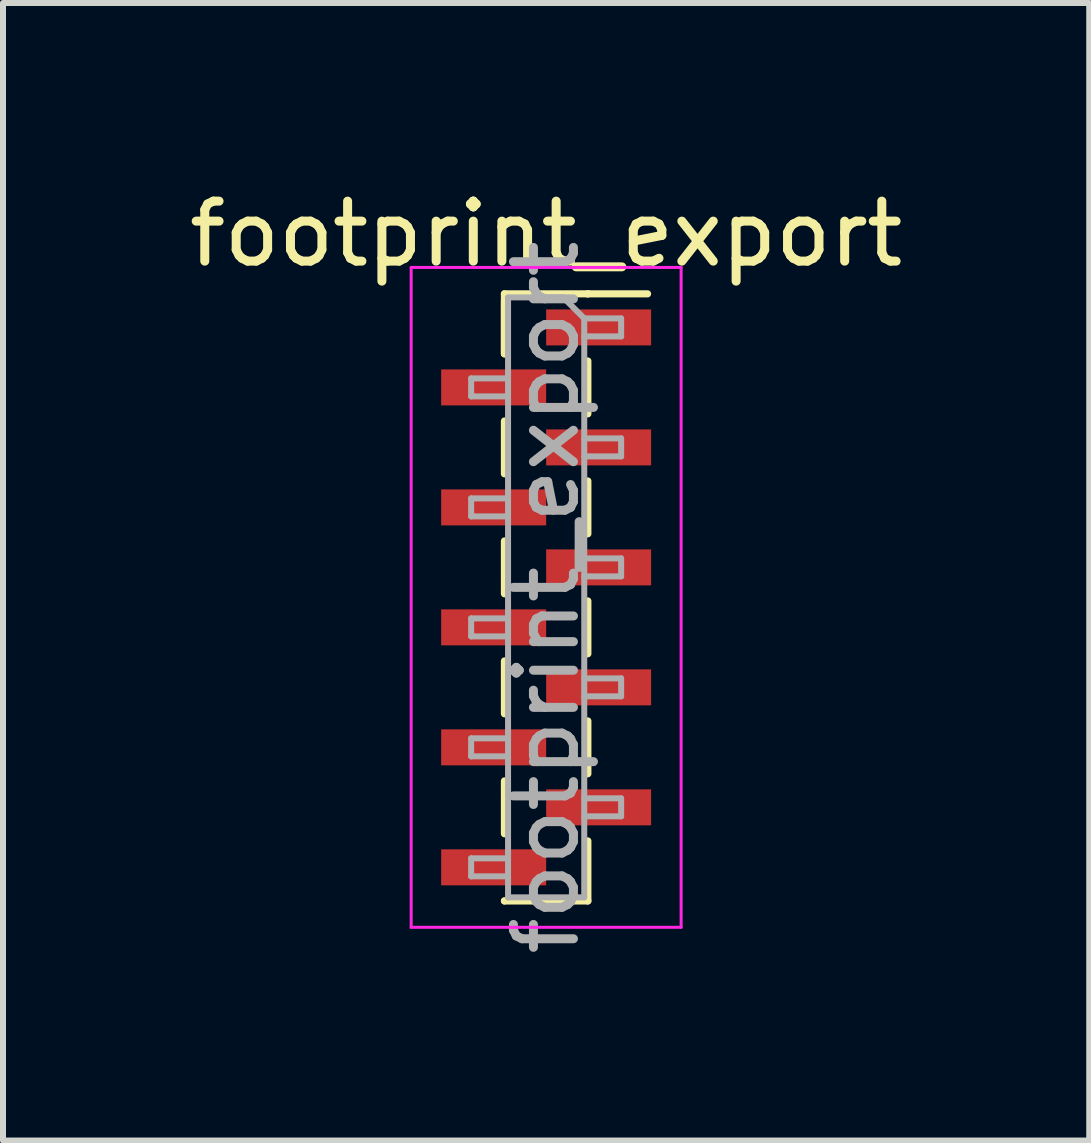
<source format=kicad_pcb>
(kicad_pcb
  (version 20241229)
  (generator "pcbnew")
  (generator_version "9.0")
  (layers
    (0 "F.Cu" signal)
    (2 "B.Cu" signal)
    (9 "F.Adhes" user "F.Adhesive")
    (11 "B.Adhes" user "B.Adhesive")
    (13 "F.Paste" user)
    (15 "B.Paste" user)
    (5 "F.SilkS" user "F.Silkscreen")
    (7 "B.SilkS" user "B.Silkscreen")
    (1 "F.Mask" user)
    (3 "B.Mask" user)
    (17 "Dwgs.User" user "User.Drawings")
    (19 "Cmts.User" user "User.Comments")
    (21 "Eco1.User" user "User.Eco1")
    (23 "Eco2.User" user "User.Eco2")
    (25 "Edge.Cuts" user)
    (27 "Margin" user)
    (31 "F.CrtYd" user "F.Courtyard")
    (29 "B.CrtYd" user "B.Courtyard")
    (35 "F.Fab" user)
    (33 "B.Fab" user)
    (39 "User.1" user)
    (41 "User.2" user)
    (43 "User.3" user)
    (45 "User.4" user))
  (footprint "footprint_export"
    (layer "F.Cu")
    (at 6.054 6.908)
    (property "Reference" "footprint_export" (at 0 -6.06 0) (layer "F.SilkS") (effects (font (size 1 1) (thickness 0.15))))
    (attr smd)
    (fp_line (start -0.695 -5.06) (end -0.695 -4.06) (stroke (width 0.12) (type solid)) (layer "F.SilkS"))
    (fp_line (start -0.695 -5.06) (end 0.695 -5.06) (stroke (width 0.12) (type solid)) (layer "F.SilkS"))
    (fp_line (start -0.695 -4.94) (end -0.695 -4.06) (stroke (width 0.12) (type solid)) (layer "F.SilkS"))
    (fp_line (start -0.695 -2.94) (end -0.695 -2.06) (stroke (width 0.12) (type solid)) (layer "F.SilkS"))
    (fp_line (start -0.695 -0.94) (end -0.695 -0.06) (stroke (width 0.12) (type solid)) (layer "F.SilkS"))
    (fp_line (start -0.695 1.06) (end -0.695 1.94) (stroke (width 0.12) (type solid)) (layer "F.SilkS"))
    (fp_line (start -0.695 3.06) (end -0.695 3.94) (stroke (width 0.12) (type solid)) (layer "F.SilkS"))
    (fp_line (start -0.695 5.06) (end -0.695 5.06) (stroke (width 0.12) (type solid)) (layer "F.SilkS"))
    (fp_line (start -0.695 5.06) (end 0.695 5.06) (stroke (width 0.12) (type solid)) (layer "F.SilkS"))
    (fp_line (start 0.695 -5.06) (end 0.695 -5.06) (stroke (width 0.12) (type solid)) (layer "F.SilkS"))
    (fp_line (start 0.695 -5.06) (end 1.69 -5.06) (stroke (width 0.12) (type solid)) (layer "F.SilkS"))
    (fp_line (start 0.695 -3.94) (end 0.695 -3.06) (stroke (width 0.12) (type solid)) (layer "F.SilkS"))
    (fp_line (start 0.695 -1.94) (end 0.695 -1.06) (stroke (width 0.12) (type solid)) (layer "F.SilkS"))
    (fp_line (start 0.695 0.06) (end 0.695 0.94) (stroke (width 0.12) (type solid)) (layer "F.SilkS"))
    (fp_line (start 0.695 2.06) (end 0.695 2.94) (stroke (width 0.12) (type solid)) (layer "F.SilkS"))
    (fp_line (start 0.695 4.06) (end 0.695 5.06) (stroke (width 0.12) (type solid)) (layer "F.SilkS"))
    (fp_line (start -2.25 -5.5) (end -2.25 5.5) (stroke (width 0.05) (type solid)) (layer "F.CrtYd"))
    (fp_line (start -2.25 5.5) (end 2.25 5.5) (stroke (width 0.05) (type solid)) (layer "F.CrtYd"))
    (fp_line (start 2.25 -5.5) (end -2.25 -5.5) (stroke (width 0.05) (type solid)) (layer "F.CrtYd"))
    (fp_line (start 2.25 5.5) (end 2.25 -5.5) (stroke (width 0.05) (type solid)) (layer "F.CrtYd"))
    (fp_line (start -1.25 -3.65) (end -1.25 -3.35) (stroke (width 0.1) (type solid)) (layer "F.Fab"))
    (fp_line (start -1.25 -3.35) (end -0.635 -3.35) (stroke (width 0.1) (type solid)) (layer "F.Fab"))
    (fp_line (start -1.25 -1.65) (end -1.25 -1.35) (stroke (width 0.1) (type solid)) (layer "F.Fab"))
    (fp_line (start -1.25 -1.35) (end -0.635 -1.35) (stroke (width 0.1) (type solid)) (layer "F.Fab"))
    (fp_line (start -1.25 0.35) (end -1.25 0.65) (stroke (width 0.1) (type solid)) (layer "F.Fab"))
    (fp_line (start -1.25 0.65) (end -0.635 0.65) (stroke (width 0.1) (type solid)) (layer "F.Fab"))
    (fp_line (start -1.25 2.35) (end -1.25 2.65) (stroke (width 0.1) (type solid)) (layer "F.Fab"))
    (fp_line (start -1.25 2.65) (end -0.635 2.65) (stroke (width 0.1) (type solid)) (layer "F.Fab"))
    (fp_line (start -1.25 4.35) (end -1.25 4.65) (stroke (width 0.1) (type solid)) (layer "F.Fab"))
    (fp_line (start -1.25 4.65) (end -0.635 4.65) (stroke (width 0.1) (type solid)) (layer "F.Fab"))
    (fp_line (start -0.635 -5) (end -0.635 5) (stroke (width 0.1) (type solid)) (layer "F.Fab"))
    (fp_line (start -0.635 -5) (end 0.285 -5) (stroke (width 0.1) (type solid)) (layer "F.Fab"))
    (fp_line (start -0.635 -3.65) (end -1.25 -3.65) (stroke (width 0.1) (type solid)) (layer "F.Fab"))
    (fp_line (start -0.635 -1.65) (end -1.25 -1.65) (stroke (width 0.1) (type solid)) (layer "F.Fab"))
    (fp_line (start -0.635 0.35) (end -1.25 0.35) (stroke (width 0.1) (type solid)) (layer "F.Fab"))
    (fp_line (start -0.635 2.35) (end -1.25 2.35) (stroke (width 0.1) (type solid)) (layer "F.Fab"))
    (fp_line (start -0.635 4.35) (end -1.25 4.35) (stroke (width 0.1) (type solid)) (layer "F.Fab"))
    (fp_line (start 0.635 -4.65) (end 0.285 -5) (stroke (width 0.1) (type solid)) (layer "F.Fab"))
    (fp_line (start 0.635 -4.65) (end 1.25 -4.65) (stroke (width 0.1) (type solid)) (layer "F.Fab"))
    (fp_line (start 0.635 -2.65) (end 1.25 -2.65) (stroke (width 0.1) (type solid)) (layer "F.Fab"))
    (fp_line (start 0.635 -0.65) (end 1.25 -0.65) (stroke (width 0.1) (type solid)) (layer "F.Fab"))
    (fp_line (start 0.635 1.35) (end 1.25 1.35) (stroke (width 0.1) (type solid)) (layer "F.Fab"))
    (fp_line (start 0.635 3.35) (end 1.25 3.35) (stroke (width 0.1) (type solid)) (layer "F.Fab"))
    (fp_line (start 0.635 5) (end -0.635 5) (stroke (width 0.1) (type solid)) (layer "F.Fab"))
    (fp_line (start 0.635 5) (end 0.635 -4.65) (stroke (width 0.1) (type solid)) (layer "F.Fab"))
    (fp_line (start 1.25 -4.65) (end 1.25 -4.35) (stroke (width 0.1) (type solid)) (layer "F.Fab"))
    (fp_line (start 1.25 -4.35) (end 0.635 -4.35) (stroke (width 0.1) (type solid)) (layer "F.Fab"))
    (fp_line (start 1.25 -2.65) (end 1.25 -2.35) (stroke (width 0.1) (type solid)) (layer "F.Fab"))
    (fp_line (start 1.25 -2.35) (end 0.635 -2.35) (stroke (width 0.1) (type solid)) (layer "F.Fab"))
    (fp_line (start 1.25 -0.65) (end 1.25 -0.35) (stroke (width 0.1) (type solid)) (layer "F.Fab"))
    (fp_line (start 1.25 -0.35) (end 0.635 -0.35) (stroke (width 0.1) (type solid)) (layer "F.Fab"))
    (fp_line (start 1.25 1.35) (end 1.25 1.65) (stroke (width 0.1) (type solid)) (layer "F.Fab"))
    (fp_line (start 1.25 1.65) (end 0.635 1.65) (stroke (width 0.1) (type solid)) (layer "F.Fab"))
    (fp_line (start 1.25 3.35) (end 1.25 3.65) (stroke (width 0.1) (type solid)) (layer "F.Fab"))
    (fp_line (start 1.25 3.65) (end 0.635 3.65) (stroke (width 0.1) (type solid)) (layer "F.Fab"))
    (fp_text user "${REFERENCE}" (at 0 0 90) (layer "F.Fab") (effects (font (size 1 1) (thickness 0.15))))
    (pad "1" smd rect (at 0.875 -4.5) (size 1.75 0.6) (layers "F.Cu" "F.Mask" "F.Paste"))
    (pad "2" smd rect (at -0.875 -3.5) (size 1.75 0.6) (layers "F.Cu" "F.Mask" "F.Paste"))
    (pad "3" smd rect (at 0.875 -2.5) (size 1.75 0.6) (layers "F.Cu" "F.Mask" "F.Paste"))
    (pad "4" smd rect (at -0.875 -1.5) (size 1.75 0.6) (layers "F.Cu" "F.Mask" "F.Paste"))
    (pad "5" smd rect (at 0.875 -0.5) (size 1.75 0.6) (layers "F.Cu" "F.Mask" "F.Paste"))
    (pad "6" smd rect (at -0.875 0.5) (size 1.75 0.6) (layers "F.Cu" "F.Mask" "F.Paste"))
    (pad "7" smd rect (at 0.875 1.5) (size 1.75 0.6) (layers "F.Cu" "F.Mask" "F.Paste"))
    (pad "8" smd rect (at -0.875 2.5) (size 1.75 0.6) (layers "F.Cu" "F.Mask" "F.Paste"))
    (pad "9" smd rect (at 0.875 3.5) (size 1.75 0.6) (layers "F.Cu" "F.Mask" "F.Paste"))
    (pad "10" smd rect (at -0.875 4.5) (size 1.75 0.6) (layers "F.Cu" "F.Mask" "F.Paste")))
  (gr_rect
    (start -3 -3)
    (end 15.107 15.962)
    (stroke (width 0.1) (type default))
    (fill no)
    (layer "Edge.Cuts")))
</source>
